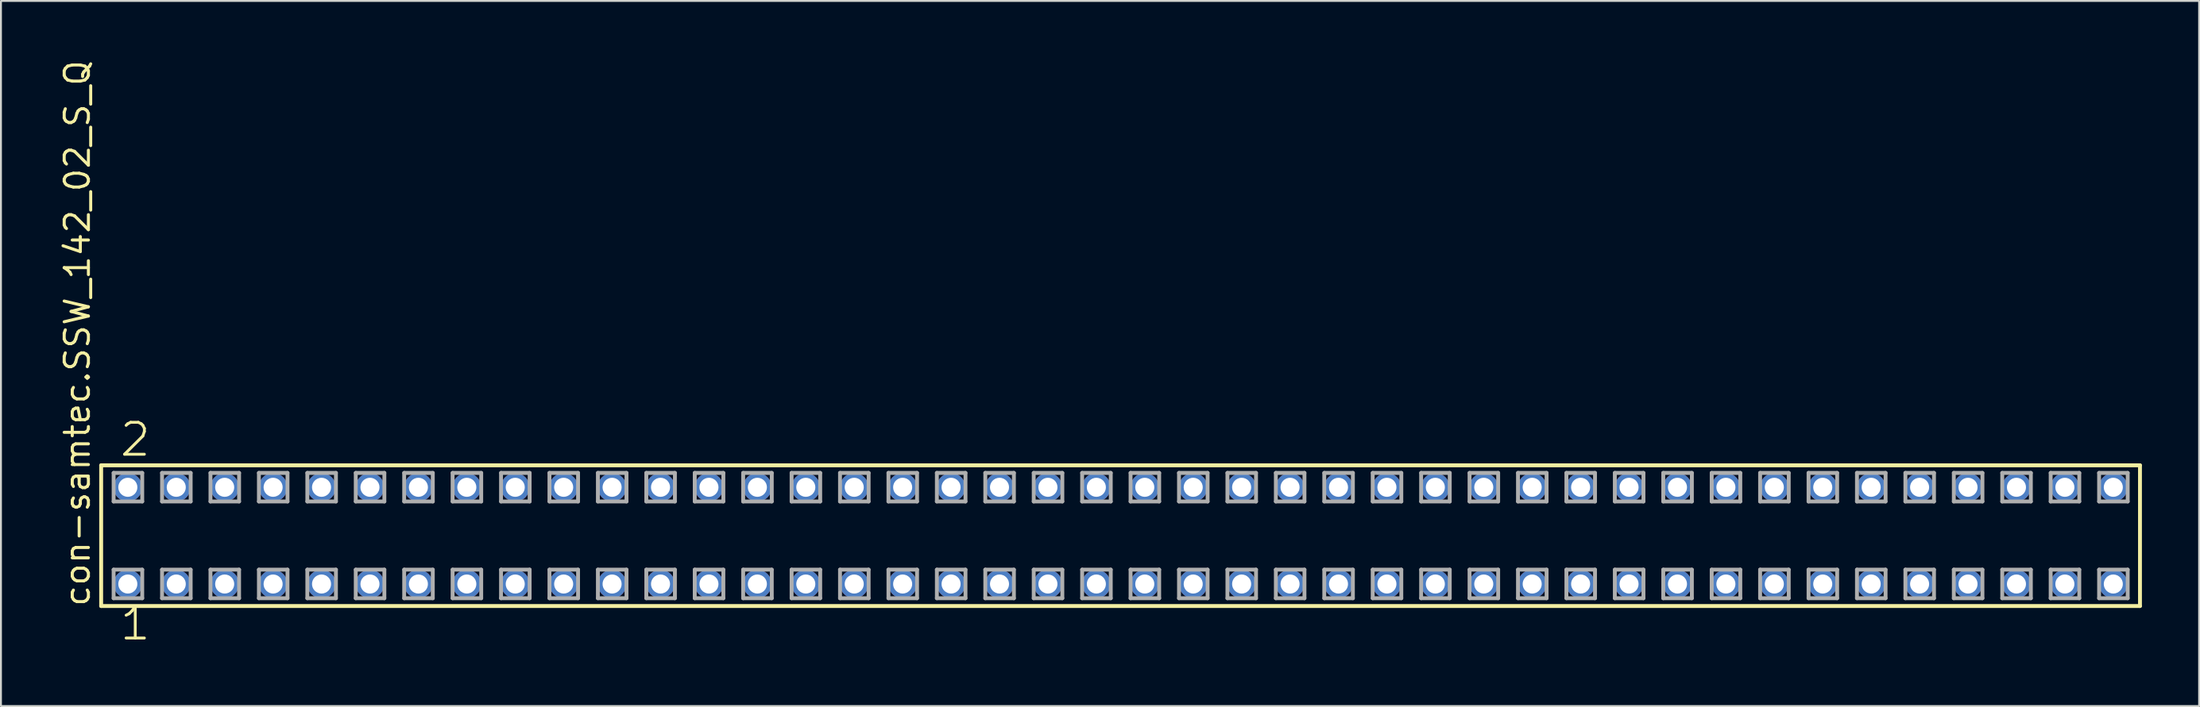
<source format=kicad_pcb>
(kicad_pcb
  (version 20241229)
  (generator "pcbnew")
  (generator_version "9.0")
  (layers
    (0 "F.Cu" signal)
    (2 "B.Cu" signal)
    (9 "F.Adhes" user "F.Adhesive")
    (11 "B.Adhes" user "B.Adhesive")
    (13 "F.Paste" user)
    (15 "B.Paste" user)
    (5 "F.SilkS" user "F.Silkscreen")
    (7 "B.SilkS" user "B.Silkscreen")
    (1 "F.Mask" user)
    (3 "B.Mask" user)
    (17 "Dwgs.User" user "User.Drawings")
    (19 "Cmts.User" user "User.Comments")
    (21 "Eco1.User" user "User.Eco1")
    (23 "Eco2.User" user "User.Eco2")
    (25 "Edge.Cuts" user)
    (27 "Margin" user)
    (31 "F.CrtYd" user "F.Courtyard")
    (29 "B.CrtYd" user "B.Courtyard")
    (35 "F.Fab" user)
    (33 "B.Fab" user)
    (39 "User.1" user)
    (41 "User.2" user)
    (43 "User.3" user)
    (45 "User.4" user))
  (footprint "con-samtec.SSW_142_02_S_Q"
    (layer "F.Cu")
    (at 55.725 25.082)
    (property "Reference" "con-samtec.SSW_142_02_S_Q" (at -53.975 3.81 90) (layer "F.SilkS") (effects (font (size 1.27 1.27) (thickness 0.16)) (justify left bottom)))
    (attr through_hole)
    (fp_line (start -53.469 -3.695) (end 53.469 -3.695) (stroke (width 0.203) (type default)) (layer "F.SilkS"))
    (fp_line (start -53.469 3.695) (end -53.469 -3.695) (stroke (width 0.203) (type default)) (layer "F.SilkS"))
    (fp_line (start 53.469 -3.695) (end 53.469 3.695) (stroke (width 0.203) (type default)) (layer "F.SilkS"))
    (fp_line (start 53.469 3.695) (end -53.469 3.695) (stroke (width 0.203) (type default)) (layer "F.SilkS"))
    (fp_line (start -52.815 -3.295) (end -51.315 -3.295) (stroke (width 0.203) (type default)) (layer "F.Fab"))
    (fp_line (start -52.815 -1.795) (end -52.815 -3.295) (stroke (width 0.203) (type default)) (layer "F.Fab"))
    (fp_line (start -52.815 1.785) (end -51.315 1.785) (stroke (width 0.203) (type default)) (layer "F.Fab"))
    (fp_line (start -52.815 3.285) (end -52.815 1.785) (stroke (width 0.203) (type default)) (layer "F.Fab"))
    (fp_line (start -51.315 -3.295) (end -51.315 -1.795) (stroke (width 0.203) (type default)) (layer "F.Fab"))
    (fp_line (start -51.315 -1.795) (end -52.815 -1.795) (stroke (width 0.203) (type default)) (layer "F.Fab"))
    (fp_line (start -51.315 1.785) (end -51.315 3.285) (stroke (width 0.203) (type default)) (layer "F.Fab"))
    (fp_line (start -51.315 3.285) (end -52.815 3.285) (stroke (width 0.203) (type default)) (layer "F.Fab"))
    (fp_line (start -50.275 -3.295) (end -48.775 -3.295) (stroke (width 0.203) (type default)) (layer "F.Fab"))
    (fp_line (start -50.275 -1.795) (end -50.275 -3.295) (stroke (width 0.203) (type default)) (layer "F.Fab"))
    (fp_line (start -50.275 1.785) (end -48.775 1.785) (stroke (width 0.203) (type default)) (layer "F.Fab"))
    (fp_line (start -50.275 3.285) (end -50.275 1.785) (stroke (width 0.203) (type default)) (layer "F.Fab"))
    (fp_line (start -48.775 -3.295) (end -48.775 -1.795) (stroke (width 0.203) (type default)) (layer "F.Fab"))
    (fp_line (start -48.775 -1.795) (end -50.275 -1.795) (stroke (width 0.203) (type default)) (layer "F.Fab"))
    (fp_line (start -48.775 1.785) (end -48.775 3.285) (stroke (width 0.203) (type default)) (layer "F.Fab"))
    (fp_line (start -48.775 3.285) (end -50.275 3.285) (stroke (width 0.203) (type default)) (layer "F.Fab"))
    (fp_line (start -47.735 -3.295) (end -46.235 -3.295) (stroke (width 0.203) (type default)) (layer "F.Fab"))
    (fp_line (start -47.735 -1.795) (end -47.735 -3.295) (stroke (width 0.203) (type default)) (layer "F.Fab"))
    (fp_line (start -47.735 1.785) (end -46.235 1.785) (stroke (width 0.203) (type default)) (layer "F.Fab"))
    (fp_line (start -47.735 3.285) (end -47.735 1.785) (stroke (width 0.203) (type default)) (layer "F.Fab"))
    (fp_line (start -46.235 -3.295) (end -46.235 -1.795) (stroke (width 0.203) (type default)) (layer "F.Fab"))
    (fp_line (start -46.235 -1.795) (end -47.735 -1.795) (stroke (width 0.203) (type default)) (layer "F.Fab"))
    (fp_line (start -46.235 1.785) (end -46.235 3.285) (stroke (width 0.203) (type default)) (layer "F.Fab"))
    (fp_line (start -46.235 3.285) (end -47.735 3.285) (stroke (width 0.203) (type default)) (layer "F.Fab"))
    (fp_line (start -45.195 -3.295) (end -43.695 -3.295) (stroke (width 0.203) (type default)) (layer "F.Fab"))
    (fp_line (start -45.195 -1.795) (end -45.195 -3.295) (stroke (width 0.203) (type default)) (layer "F.Fab"))
    (fp_line (start -45.195 1.785) (end -43.695 1.785) (stroke (width 0.203) (type default)) (layer "F.Fab"))
    (fp_line (start -45.195 3.285) (end -45.195 1.785) (stroke (width 0.203) (type default)) (layer "F.Fab"))
    (fp_line (start -43.695 -3.295) (end -43.695 -1.795) (stroke (width 0.203) (type default)) (layer "F.Fab"))
    (fp_line (start -43.695 -1.795) (end -45.195 -1.795) (stroke (width 0.203) (type default)) (layer "F.Fab"))
    (fp_line (start -43.695 1.785) (end -43.695 3.285) (stroke (width 0.203) (type default)) (layer "F.Fab"))
    (fp_line (start -43.695 3.285) (end -45.195 3.285) (stroke (width 0.203) (type default)) (layer "F.Fab"))
    (fp_line (start -42.655 -3.295) (end -41.155 -3.295) (stroke (width 0.203) (type default)) (layer "F.Fab"))
    (fp_line (start -42.655 -1.795) (end -42.655 -3.295) (stroke (width 0.203) (type default)) (layer "F.Fab"))
    (fp_line (start -42.655 1.785) (end -41.155 1.785) (stroke (width 0.203) (type default)) (layer "F.Fab"))
    (fp_line (start -42.655 3.285) (end -42.655 1.785) (stroke (width 0.203) (type default)) (layer "F.Fab"))
    (fp_line (start -41.155 -3.295) (end -41.155 -1.795) (stroke (width 0.203) (type default)) (layer "F.Fab"))
    (fp_line (start -41.155 -1.795) (end -42.655 -1.795) (stroke (width 0.203) (type default)) (layer "F.Fab"))
    (fp_line (start -41.155 1.785) (end -41.155 3.285) (stroke (width 0.203) (type default)) (layer "F.Fab"))
    (fp_line (start -41.155 3.285) (end -42.655 3.285) (stroke (width 0.203) (type default)) (layer "F.Fab"))
    (fp_line (start -40.115 -3.295) (end -38.615 -3.295) (stroke (width 0.203) (type default)) (layer "F.Fab"))
    (fp_line (start -40.115 -1.795) (end -40.115 -3.295) (stroke (width 0.203) (type default)) (layer "F.Fab"))
    (fp_line (start -40.115 1.785) (end -38.615 1.785) (stroke (width 0.203) (type default)) (layer "F.Fab"))
    (fp_line (start -40.115 3.285) (end -40.115 1.785) (stroke (width 0.203) (type default)) (layer "F.Fab"))
    (fp_line (start -38.615 -3.295) (end -38.615 -1.795) (stroke (width 0.203) (type default)) (layer "F.Fab"))
    (fp_line (start -38.615 -1.795) (end -40.115 -1.795) (stroke (width 0.203) (type default)) (layer "F.Fab"))
    (fp_line (start -38.615 1.785) (end -38.615 3.285) (stroke (width 0.203) (type default)) (layer "F.Fab"))
    (fp_line (start -38.615 3.285) (end -40.115 3.285) (stroke (width 0.203) (type default)) (layer "F.Fab"))
    (fp_line (start -37.575 -3.295) (end -36.075 -3.295) (stroke (width 0.203) (type default)) (layer "F.Fab"))
    (fp_line (start -37.575 -1.795) (end -37.575 -3.295) (stroke (width 0.203) (type default)) (layer "F.Fab"))
    (fp_line (start -37.575 1.785) (end -36.075 1.785) (stroke (width 0.203) (type default)) (layer "F.Fab"))
    (fp_line (start -37.575 3.285) (end -37.575 1.785) (stroke (width 0.203) (type default)) (layer "F.Fab"))
    (fp_line (start -36.075 -3.295) (end -36.075 -1.795) (stroke (width 0.203) (type default)) (layer "F.Fab"))
    (fp_line (start -36.075 -1.795) (end -37.575 -1.795) (stroke (width 0.203) (type default)) (layer "F.Fab"))
    (fp_line (start -36.075 1.785) (end -36.075 3.285) (stroke (width 0.203) (type default)) (layer "F.Fab"))
    (fp_line (start -36.075 3.285) (end -37.575 3.285) (stroke (width 0.203) (type default)) (layer "F.Fab"))
    (fp_line (start -35.035 -3.295) (end -33.535 -3.295) (stroke (width 0.203) (type default)) (layer "F.Fab"))
    (fp_line (start -35.035 -1.795) (end -35.035 -3.295) (stroke (width 0.203) (type default)) (layer "F.Fab"))
    (fp_line (start -35.035 1.785) (end -33.535 1.785) (stroke (width 0.203) (type default)) (layer "F.Fab"))
    (fp_line (start -35.035 3.285) (end -35.035 1.785) (stroke (width 0.203) (type default)) (layer "F.Fab"))
    (fp_line (start -33.535 -3.295) (end -33.535 -1.795) (stroke (width 0.203) (type default)) (layer "F.Fab"))
    (fp_line (start -33.535 -1.795) (end -35.035 -1.795) (stroke (width 0.203) (type default)) (layer "F.Fab"))
    (fp_line (start -33.535 1.785) (end -33.535 3.285) (stroke (width 0.203) (type default)) (layer "F.Fab"))
    (fp_line (start -33.535 3.285) (end -35.035 3.285) (stroke (width 0.203) (type default)) (layer "F.Fab"))
    (fp_line (start -32.495 -3.295) (end -30.995 -3.295) (stroke (width 0.203) (type default)) (layer "F.Fab"))
    (fp_line (start -32.495 -1.795) (end -32.495 -3.295) (stroke (width 0.203) (type default)) (layer "F.Fab"))
    (fp_line (start -32.495 1.785) (end -30.995 1.785) (stroke (width 0.203) (type default)) (layer "F.Fab"))
    (fp_line (start -32.495 3.285) (end -32.495 1.785) (stroke (width 0.203) (type default)) (layer "F.Fab"))
    (fp_line (start -30.995 -3.295) (end -30.995 -1.795) (stroke (width 0.203) (type default)) (layer "F.Fab"))
    (fp_line (start -30.995 -1.795) (end -32.495 -1.795) (stroke (width 0.203) (type default)) (layer "F.Fab"))
    (fp_line (start -30.995 1.785) (end -30.995 3.285) (stroke (width 0.203) (type default)) (layer "F.Fab"))
    (fp_line (start -30.995 3.285) (end -32.495 3.285) (stroke (width 0.203) (type default)) (layer "F.Fab"))
    (fp_line (start -29.955 -3.295) (end -28.455 -3.295) (stroke (width 0.203) (type default)) (layer "F.Fab"))
    (fp_line (start -29.955 -1.795) (end -29.955 -3.295) (stroke (width 0.203) (type default)) (layer "F.Fab"))
    (fp_line (start -29.955 1.785) (end -28.455 1.785) (stroke (width 0.203) (type default)) (layer "F.Fab"))
    (fp_line (start -29.955 3.285) (end -29.955 1.785) (stroke (width 0.203) (type default)) (layer "F.Fab"))
    (fp_line (start -28.455 -3.295) (end -28.455 -1.795) (stroke (width 0.203) (type default)) (layer "F.Fab"))
    (fp_line (start -28.455 -1.795) (end -29.955 -1.795) (stroke (width 0.203) (type default)) (layer "F.Fab"))
    (fp_line (start -28.455 1.785) (end -28.455 3.285) (stroke (width 0.203) (type default)) (layer "F.Fab"))
    (fp_line (start -28.455 3.285) (end -29.955 3.285) (stroke (width 0.203) (type default)) (layer "F.Fab"))
    (fp_line (start -27.415 -3.295) (end -25.915 -3.295) (stroke (width 0.203) (type default)) (layer "F.Fab"))
    (fp_line (start -27.415 -1.795) (end -27.415 -3.295) (stroke (width 0.203) (type default)) (layer "F.Fab"))
    (fp_line (start -27.415 1.785) (end -25.915 1.785) (stroke (width 0.203) (type default)) (layer "F.Fab"))
    (fp_line (start -27.415 3.285) (end -27.415 1.785) (stroke (width 0.203) (type default)) (layer "F.Fab"))
    (fp_line (start -25.915 -3.295) (end -25.915 -1.795) (stroke (width 0.203) (type default)) (layer "F.Fab"))
    (fp_line (start -25.915 -1.795) (end -27.415 -1.795) (stroke (width 0.203) (type default)) (layer "F.Fab"))
    (fp_line (start -25.915 1.785) (end -25.915 3.285) (stroke (width 0.203) (type default)) (layer "F.Fab"))
    (fp_line (start -25.915 3.285) (end -27.415 3.285) (stroke (width 0.203) (type default)) (layer "F.Fab"))
    (fp_line (start -24.875 -3.295) (end -23.375 -3.295) (stroke (width 0.203) (type default)) (layer "F.Fab"))
    (fp_line (start -24.875 -1.795) (end -24.875 -3.295) (stroke (width 0.203) (type default)) (layer "F.Fab"))
    (fp_line (start -24.875 1.785) (end -23.375 1.785) (stroke (width 0.203) (type default)) (layer "F.Fab"))
    (fp_line (start -24.875 3.285) (end -24.875 1.785) (stroke (width 0.203) (type default)) (layer "F.Fab"))
    (fp_line (start -23.375 -3.295) (end -23.375 -1.795) (stroke (width 0.203) (type default)) (layer "F.Fab"))
    (fp_line (start -23.375 -1.795) (end -24.875 -1.795) (stroke (width 0.203) (type default)) (layer "F.Fab"))
    (fp_line (start -23.375 1.785) (end -23.375 3.285) (stroke (width 0.203) (type default)) (layer "F.Fab"))
    (fp_line (start -23.375 3.285) (end -24.875 3.285) (stroke (width 0.203) (type default)) (layer "F.Fab"))
    (fp_line (start -22.335 -3.295) (end -20.835 -3.295) (stroke (width 0.203) (type default)) (layer "F.Fab"))
    (fp_line (start -22.335 -1.795) (end -22.335 -3.295) (stroke (width 0.203) (type default)) (layer "F.Fab"))
    (fp_line (start -22.335 1.785) (end -20.835 1.785) (stroke (width 0.203) (type default)) (layer "F.Fab"))
    (fp_line (start -22.335 3.285) (end -22.335 1.785) (stroke (width 0.203) (type default)) (layer "F.Fab"))
    (fp_line (start -20.835 -3.295) (end -20.835 -1.795) (stroke (width 0.203) (type default)) (layer "F.Fab"))
    (fp_line (start -20.835 -1.795) (end -22.335 -1.795) (stroke (width 0.203) (type default)) (layer "F.Fab"))
    (fp_line (start -20.835 1.785) (end -20.835 3.285) (stroke (width 0.203) (type default)) (layer "F.Fab"))
    (fp_line (start -20.835 3.285) (end -22.335 3.285) (stroke (width 0.203) (type default)) (layer "F.Fab"))
    (fp_line (start -19.795 -3.295) (end -18.295 -3.295) (stroke (width 0.203) (type default)) (layer "F.Fab"))
    (fp_line (start -19.795 -1.795) (end -19.795 -3.295) (stroke (width 0.203) (type default)) (layer "F.Fab"))
    (fp_line (start -19.795 1.785) (end -18.295 1.785) (stroke (width 0.203) (type default)) (layer "F.Fab"))
    (fp_line (start -19.795 3.285) (end -19.795 1.785) (stroke (width 0.203) (type default)) (layer "F.Fab"))
    (fp_line (start -18.295 -3.295) (end -18.295 -1.795) (stroke (width 0.203) (type default)) (layer "F.Fab"))
    (fp_line (start -18.295 -1.795) (end -19.795 -1.795) (stroke (width 0.203) (type default)) (layer "F.Fab"))
    (fp_line (start -18.295 1.785) (end -18.295 3.285) (stroke (width 0.203) (type default)) (layer "F.Fab"))
    (fp_line (start -18.295 3.285) (end -19.795 3.285) (stroke (width 0.203) (type default)) (layer "F.Fab"))
    (fp_line (start -17.255 -3.295) (end -15.755 -3.295) (stroke (width 0.203) (type default)) (layer "F.Fab"))
    (fp_line (start -17.255 -1.795) (end -17.255 -3.295) (stroke (width 0.203) (type default)) (layer "F.Fab"))
    (fp_line (start -17.255 1.785) (end -15.755 1.785) (stroke (width 0.203) (type default)) (layer "F.Fab"))
    (fp_line (start -17.255 3.285) (end -17.255 1.785) (stroke (width 0.203) (type default)) (layer "F.Fab"))
    (fp_line (start -15.755 -3.295) (end -15.755 -1.795) (stroke (width 0.203) (type default)) (layer "F.Fab"))
    (fp_line (start -15.755 -1.795) (end -17.255 -1.795) (stroke (width 0.203) (type default)) (layer "F.Fab"))
    (fp_line (start -15.755 1.785) (end -15.755 3.285) (stroke (width 0.203) (type default)) (layer "F.Fab"))
    (fp_line (start -15.755 3.285) (end -17.255 3.285) (stroke (width 0.203) (type default)) (layer "F.Fab"))
    (fp_line (start -14.715 -3.295) (end -13.215 -3.295) (stroke (width 0.203) (type default)) (layer "F.Fab"))
    (fp_line (start -14.715 -1.795) (end -14.715 -3.295) (stroke (width 0.203) (type default)) (layer "F.Fab"))
    (fp_line (start -14.715 1.785) (end -13.215 1.785) (stroke (width 0.203) (type default)) (layer "F.Fab"))
    (fp_line (start -14.715 3.285) (end -14.715 1.785) (stroke (width 0.203) (type default)) (layer "F.Fab"))
    (fp_line (start -13.215 -3.295) (end -13.215 -1.795) (stroke (width 0.203) (type default)) (layer "F.Fab"))
    (fp_line (start -13.215 -1.795) (end -14.715 -1.795) (stroke (width 0.203) (type default)) (layer "F.Fab"))
    (fp_line (start -13.215 1.785) (end -13.215 3.285) (stroke (width 0.203) (type default)) (layer "F.Fab"))
    (fp_line (start -13.215 3.285) (end -14.715 3.285) (stroke (width 0.203) (type default)) (layer "F.Fab"))
    (fp_line (start -12.175 -3.295) (end -10.675 -3.295) (stroke (width 0.203) (type default)) (layer "F.Fab"))
    (fp_line (start -12.175 -1.795) (end -12.175 -3.295) (stroke (width 0.203) (type default)) (layer "F.Fab"))
    (fp_line (start -12.175 1.785) (end -10.675 1.785) (stroke (width 0.203) (type default)) (layer "F.Fab"))
    (fp_line (start -12.175 3.285) (end -12.175 1.785) (stroke (width 0.203) (type default)) (layer "F.Fab"))
    (fp_line (start -10.675 -3.295) (end -10.675 -1.795) (stroke (width 0.203) (type default)) (layer "F.Fab"))
    (fp_line (start -10.675 -1.795) (end -12.175 -1.795) (stroke (width 0.203) (type default)) (layer "F.Fab"))
    (fp_line (start -10.675 1.785) (end -10.675 3.285) (stroke (width 0.203) (type default)) (layer "F.Fab"))
    (fp_line (start -10.675 3.285) (end -12.175 3.285) (stroke (width 0.203) (type default)) (layer "F.Fab"))
    (fp_line (start -9.635 -3.295) (end -8.135 -3.295) (stroke (width 0.203) (type default)) (layer "F.Fab"))
    (fp_line (start -9.635 -1.795) (end -9.635 -3.295) (stroke (width 0.203) (type default)) (layer "F.Fab"))
    (fp_line (start -9.635 1.785) (end -8.135 1.785) (stroke (width 0.203) (type default)) (layer "F.Fab"))
    (fp_line (start -9.635 3.285) (end -9.635 1.785) (stroke (width 0.203) (type default)) (layer "F.Fab"))
    (fp_line (start -8.135 -3.295) (end -8.135 -1.795) (stroke (width 0.203) (type default)) (layer "F.Fab"))
    (fp_line (start -8.135 -1.795) (end -9.635 -1.795) (stroke (width 0.203) (type default)) (layer "F.Fab"))
    (fp_line (start -8.135 1.785) (end -8.135 3.285) (stroke (width 0.203) (type default)) (layer "F.Fab"))
    (fp_line (start -8.135 3.285) (end -9.635 3.285) (stroke (width 0.203) (type default)) (layer "F.Fab"))
    (fp_line (start -7.095 -3.295) (end -5.595 -3.295) (stroke (width 0.203) (type default)) (layer "F.Fab"))
    (fp_line (start -7.095 -1.795) (end -7.095 -3.295) (stroke (width 0.203) (type default)) (layer "F.Fab"))
    (fp_line (start -7.095 1.785) (end -5.595 1.785) (stroke (width 0.203) (type default)) (layer "F.Fab"))
    (fp_line (start -7.095 3.285) (end -7.095 1.785) (stroke (width 0.203) (type default)) (layer "F.Fab"))
    (fp_line (start -5.595 -3.295) (end -5.595 -1.795) (stroke (width 0.203) (type default)) (layer "F.Fab"))
    (fp_line (start -5.595 -1.795) (end -7.095 -1.795) (stroke (width 0.203) (type default)) (layer "F.Fab"))
    (fp_line (start -5.595 1.785) (end -5.595 3.285) (stroke (width 0.203) (type default)) (layer "F.Fab"))
    (fp_line (start -5.595 3.285) (end -7.095 3.285) (stroke (width 0.203) (type default)) (layer "F.Fab"))
    (fp_line (start -4.555 -3.295) (end -3.055 -3.295) (stroke (width 0.203) (type default)) (layer "F.Fab"))
    (fp_line (start -4.555 -1.795) (end -4.555 -3.295) (stroke (width 0.203) (type default)) (layer "F.Fab"))
    (fp_line (start -4.555 1.785) (end -3.055 1.785) (stroke (width 0.203) (type default)) (layer "F.Fab"))
    (fp_line (start -4.555 3.285) (end -4.555 1.785) (stroke (width 0.203) (type default)) (layer "F.Fab"))
    (fp_line (start -3.055 -3.295) (end -3.055 -1.795) (stroke (width 0.203) (type default)) (layer "F.Fab"))
    (fp_line (start -3.055 -1.795) (end -4.555 -1.795) (stroke (width 0.203) (type default)) (layer "F.Fab"))
    (fp_line (start -3.055 1.785) (end -3.055 3.285) (stroke (width 0.203) (type default)) (layer "F.Fab"))
    (fp_line (start -3.055 3.285) (end -4.555 3.285) (stroke (width 0.203) (type default)) (layer "F.Fab"))
    (fp_line (start -2.015 -3.295) (end -0.515 -3.295) (stroke (width 0.203) (type default)) (layer "F.Fab"))
    (fp_line (start -2.015 -1.795) (end -2.015 -3.295) (stroke (width 0.203) (type default)) (layer "F.Fab"))
    (fp_line (start -2.015 1.785) (end -0.515 1.785) (stroke (width 0.203) (type default)) (layer "F.Fab"))
    (fp_line (start -2.015 3.285) (end -2.015 1.785) (stroke (width 0.203) (type default)) (layer "F.Fab"))
    (fp_line (start -0.515 -3.295) (end -0.515 -1.795) (stroke (width 0.203) (type default)) (layer "F.Fab"))
    (fp_line (start -0.515 -1.795) (end -2.015 -1.795) (stroke (width 0.203) (type default)) (layer "F.Fab"))
    (fp_line (start -0.515 1.785) (end -0.515 3.285) (stroke (width 0.203) (type default)) (layer "F.Fab"))
    (fp_line (start -0.515 3.285) (end -2.015 3.285) (stroke (width 0.203) (type default)) (layer "F.Fab"))
    (fp_line (start 0.525 -3.295) (end 2.025 -3.295) (stroke (width 0.203) (type default)) (layer "F.Fab"))
    (fp_line (start 0.525 -1.795) (end 0.525 -3.295) (stroke (width 0.203) (type default)) (layer "F.Fab"))
    (fp_line (start 0.525 1.785) (end 2.025 1.785) (stroke (width 0.203) (type default)) (layer "F.Fab"))
    (fp_line (start 0.525 3.285) (end 0.525 1.785) (stroke (width 0.203) (type default)) (layer "F.Fab"))
    (fp_line (start 2.025 -3.295) (end 2.025 -1.795) (stroke (width 0.203) (type default)) (layer "F.Fab"))
    (fp_line (start 2.025 -1.795) (end 0.525 -1.795) (stroke (width 0.203) (type default)) (layer "F.Fab"))
    (fp_line (start 2.025 1.785) (end 2.025 3.285) (stroke (width 0.203) (type default)) (layer "F.Fab"))
    (fp_line (start 2.025 3.285) (end 0.525 3.285) (stroke (width 0.203) (type default)) (layer "F.Fab"))
    (fp_line (start 3.065 -3.295) (end 4.565 -3.295) (stroke (width 0.203) (type default)) (layer "F.Fab"))
    (fp_line (start 3.065 -1.795) (end 3.065 -3.295) (stroke (width 0.203) (type default)) (layer "F.Fab"))
    (fp_line (start 3.065 1.785) (end 4.565 1.785) (stroke (width 0.203) (type default)) (layer "F.Fab"))
    (fp_line (start 3.065 3.285) (end 3.065 1.785) (stroke (width 0.203) (type default)) (layer "F.Fab"))
    (fp_line (start 4.565 -3.295) (end 4.565 -1.795) (stroke (width 0.203) (type default)) (layer "F.Fab"))
    (fp_line (start 4.565 -1.795) (end 3.065 -1.795) (stroke (width 0.203) (type default)) (layer "F.Fab"))
    (fp_line (start 4.565 1.785) (end 4.565 3.285) (stroke (width 0.203) (type default)) (layer "F.Fab"))
    (fp_line (start 4.565 3.285) (end 3.065 3.285) (stroke (width 0.203) (type default)) (layer "F.Fab"))
    (fp_line (start 5.605 -3.295) (end 7.105 -3.295) (stroke (width 0.203) (type default)) (layer "F.Fab"))
    (fp_line (start 5.605 -1.795) (end 5.605 -3.295) (stroke (width 0.203) (type default)) (layer "F.Fab"))
    (fp_line (start 5.605 1.785) (end 7.105 1.785) (stroke (width 0.203) (type default)) (layer "F.Fab"))
    (fp_line (start 5.605 3.285) (end 5.605 1.785) (stroke (width 0.203) (type default)) (layer "F.Fab"))
    (fp_line (start 7.105 -3.295) (end 7.105 -1.795) (stroke (width 0.203) (type default)) (layer "F.Fab"))
    (fp_line (start 7.105 -1.795) (end 5.605 -1.795) (stroke (width 0.203) (type default)) (layer "F.Fab"))
    (fp_line (start 7.105 1.785) (end 7.105 3.285) (stroke (width 0.203) (type default)) (layer "F.Fab"))
    (fp_line (start 7.105 3.285) (end 5.605 3.285) (stroke (width 0.203) (type default)) (layer "F.Fab"))
    (fp_line (start 8.145 -3.295) (end 9.645 -3.295) (stroke (width 0.203) (type default)) (layer "F.Fab"))
    (fp_line (start 8.145 -1.795) (end 8.145 -3.295) (stroke (width 0.203) (type default)) (layer "F.Fab"))
    (fp_line (start 8.145 1.785) (end 9.645 1.785) (stroke (width 0.203) (type default)) (layer "F.Fab"))
    (fp_line (start 8.145 3.285) (end 8.145 1.785) (stroke (width 0.203) (type default)) (layer "F.Fab"))
    (fp_line (start 9.645 -3.295) (end 9.645 -1.795) (stroke (width 0.203) (type default)) (layer "F.Fab"))
    (fp_line (start 9.645 -1.795) (end 8.145 -1.795) (stroke (width 0.203) (type default)) (layer "F.Fab"))
    (fp_line (start 9.645 1.785) (end 9.645 3.285) (stroke (width 0.203) (type default)) (layer "F.Fab"))
    (fp_line (start 9.645 3.285) (end 8.145 3.285) (stroke (width 0.203) (type default)) (layer "F.Fab"))
    (fp_line (start 10.685 -3.295) (end 12.185 -3.295) (stroke (width 0.203) (type default)) (layer "F.Fab"))
    (fp_line (start 10.685 -1.795) (end 10.685 -3.295) (stroke (width 0.203) (type default)) (layer "F.Fab"))
    (fp_line (start 10.685 1.785) (end 12.185 1.785) (stroke (width 0.203) (type default)) (layer "F.Fab"))
    (fp_line (start 10.685 3.285) (end 10.685 1.785) (stroke (width 0.203) (type default)) (layer "F.Fab"))
    (fp_line (start 12.185 -3.295) (end 12.185 -1.795) (stroke (width 0.203) (type default)) (layer "F.Fab"))
    (fp_line (start 12.185 -1.795) (end 10.685 -1.795) (stroke (width 0.203) (type default)) (layer "F.Fab"))
    (fp_line (start 12.185 1.785) (end 12.185 3.285) (stroke (width 0.203) (type default)) (layer "F.Fab"))
    (fp_line (start 12.185 3.285) (end 10.685 3.285) (stroke (width 0.203) (type default)) (layer "F.Fab"))
    (fp_line (start 13.225 -3.295) (end 14.725 -3.295) (stroke (width 0.203) (type default)) (layer "F.Fab"))
    (fp_line (start 13.225 -1.795) (end 13.225 -3.295) (stroke (width 0.203) (type default)) (layer "F.Fab"))
    (fp_line (start 13.225 1.785) (end 14.725 1.785) (stroke (width 0.203) (type default)) (layer "F.Fab"))
    (fp_line (start 13.225 3.285) (end 13.225 1.785) (stroke (width 0.203) (type default)) (layer "F.Fab"))
    (fp_line (start 14.725 -3.295) (end 14.725 -1.795) (stroke (width 0.203) (type default)) (layer "F.Fab"))
    (fp_line (start 14.725 -1.795) (end 13.225 -1.795) (stroke (width 0.203) (type default)) (layer "F.Fab"))
    (fp_line (start 14.725 1.785) (end 14.725 3.285) (stroke (width 0.203) (type default)) (layer "F.Fab"))
    (fp_line (start 14.725 3.285) (end 13.225 3.285) (stroke (width 0.203) (type default)) (layer "F.Fab"))
    (fp_line (start 15.765 -3.295) (end 17.265 -3.295) (stroke (width 0.203) (type default)) (layer "F.Fab"))
    (fp_line (start 15.765 -1.795) (end 15.765 -3.295) (stroke (width 0.203) (type default)) (layer "F.Fab"))
    (fp_line (start 15.765 1.785) (end 17.265 1.785) (stroke (width 0.203) (type default)) (layer "F.Fab"))
    (fp_line (start 15.765 3.285) (end 15.765 1.785) (stroke (width 0.203) (type default)) (layer "F.Fab"))
    (fp_line (start 17.265 -3.295) (end 17.265 -1.795) (stroke (width 0.203) (type default)) (layer "F.Fab"))
    (fp_line (start 17.265 -1.795) (end 15.765 -1.795) (stroke (width 0.203) (type default)) (layer "F.Fab"))
    (fp_line (start 17.265 1.785) (end 17.265 3.285) (stroke (width 0.203) (type default)) (layer "F.Fab"))
    (fp_line (start 17.265 3.285) (end 15.765 3.285) (stroke (width 0.203) (type default)) (layer "F.Fab"))
    (fp_line (start 18.305 -3.295) (end 19.805 -3.295) (stroke (width 0.203) (type default)) (layer "F.Fab"))
    (fp_line (start 18.305 -1.795) (end 18.305 -3.295) (stroke (width 0.203) (type default)) (layer "F.Fab"))
    (fp_line (start 18.305 1.785) (end 19.805 1.785) (stroke (width 0.203) (type default)) (layer "F.Fab"))
    (fp_line (start 18.305 3.285) (end 18.305 1.785) (stroke (width 0.203) (type default)) (layer "F.Fab"))
    (fp_line (start 19.805 -3.295) (end 19.805 -1.795) (stroke (width 0.203) (type default)) (layer "F.Fab"))
    (fp_line (start 19.805 -1.795) (end 18.305 -1.795) (stroke (width 0.203) (type default)) (layer "F.Fab"))
    (fp_line (start 19.805 1.785) (end 19.805 3.285) (stroke (width 0.203) (type default)) (layer "F.Fab"))
    (fp_line (start 19.805 3.285) (end 18.305 3.285) (stroke (width 0.203) (type default)) (layer "F.Fab"))
    (fp_line (start 20.845 -3.295) (end 22.345 -3.295) (stroke (width 0.203) (type default)) (layer "F.Fab"))
    (fp_line (start 20.845 -1.795) (end 20.845 -3.295) (stroke (width 0.203) (type default)) (layer "F.Fab"))
    (fp_line (start 20.845 1.785) (end 22.345 1.785) (stroke (width 0.203) (type default)) (layer "F.Fab"))
    (fp_line (start 20.845 3.285) (end 20.845 1.785) (stroke (width 0.203) (type default)) (layer "F.Fab"))
    (fp_line (start 22.345 -3.295) (end 22.345 -1.795) (stroke (width 0.203) (type default)) (layer "F.Fab"))
    (fp_line (start 22.345 -1.795) (end 20.845 -1.795) (stroke (width 0.203) (type default)) (layer "F.Fab"))
    (fp_line (start 22.345 1.785) (end 22.345 3.285) (stroke (width 0.203) (type default)) (layer "F.Fab"))
    (fp_line (start 22.345 3.285) (end 20.845 3.285) (stroke (width 0.203) (type default)) (layer "F.Fab"))
    (fp_line (start 23.385 -3.295) (end 24.885 -3.295) (stroke (width 0.203) (type default)) (layer "F.Fab"))
    (fp_line (start 23.385 -1.795) (end 23.385 -3.295) (stroke (width 0.203) (type default)) (layer "F.Fab"))
    (fp_line (start 23.385 1.785) (end 24.885 1.785) (stroke (width 0.203) (type default)) (layer "F.Fab"))
    (fp_line (start 23.385 3.285) (end 23.385 1.785) (stroke (width 0.203) (type default)) (layer "F.Fab"))
    (fp_line (start 24.885 -3.295) (end 24.885 -1.795) (stroke (width 0.203) (type default)) (layer "F.Fab"))
    (fp_line (start 24.885 -1.795) (end 23.385 -1.795) (stroke (width 0.203) (type default)) (layer "F.Fab"))
    (fp_line (start 24.885 1.785) (end 24.885 3.285) (stroke (width 0.203) (type default)) (layer "F.Fab"))
    (fp_line (start 24.885 3.285) (end 23.385 3.285) (stroke (width 0.203) (type default)) (layer "F.Fab"))
    (fp_line (start 25.925 -3.295) (end 27.425 -3.295) (stroke (width 0.203) (type default)) (layer "F.Fab"))
    (fp_line (start 25.925 -1.795) (end 25.925 -3.295) (stroke (width 0.203) (type default)) (layer "F.Fab"))
    (fp_line (start 25.925 1.785) (end 27.425 1.785) (stroke (width 0.203) (type default)) (layer "F.Fab"))
    (fp_line (start 25.925 3.285) (end 25.925 1.785) (stroke (width 0.203) (type default)) (layer "F.Fab"))
    (fp_line (start 27.425 -3.295) (end 27.425 -1.795) (stroke (width 0.203) (type default)) (layer "F.Fab"))
    (fp_line (start 27.425 -1.795) (end 25.925 -1.795) (stroke (width 0.203) (type default)) (layer "F.Fab"))
    (fp_line (start 27.425 1.785) (end 27.425 3.285) (stroke (width 0.203) (type default)) (layer "F.Fab"))
    (fp_line (start 27.425 3.285) (end 25.925 3.285) (stroke (width 0.203) (type default)) (layer "F.Fab"))
    (fp_line (start 28.465 -3.295) (end 29.965 -3.295) (stroke (width 0.203) (type default)) (layer "F.Fab"))
    (fp_line (start 28.465 -1.795) (end 28.465 -3.295) (stroke (width 0.203) (type default)) (layer "F.Fab"))
    (fp_line (start 28.465 1.785) (end 29.965 1.785) (stroke (width 0.203) (type default)) (layer "F.Fab"))
    (fp_line (start 28.465 3.285) (end 28.465 1.785) (stroke (width 0.203) (type default)) (layer "F.Fab"))
    (fp_line (start 29.965 -3.295) (end 29.965 -1.795) (stroke (width 0.203) (type default)) (layer "F.Fab"))
    (fp_line (start 29.965 -1.795) (end 28.465 -1.795) (stroke (width 0.203) (type default)) (layer "F.Fab"))
    (fp_line (start 29.965 1.785) (end 29.965 3.285) (stroke (width 0.203) (type default)) (layer "F.Fab"))
    (fp_line (start 29.965 3.285) (end 28.465 3.285) (stroke (width 0.203) (type default)) (layer "F.Fab"))
    (fp_line (start 31.005 -3.295) (end 32.505 -3.295) (stroke (width 0.203) (type default)) (layer "F.Fab"))
    (fp_line (start 31.005 -1.795) (end 31.005 -3.295) (stroke (width 0.203) (type default)) (layer "F.Fab"))
    (fp_line (start 31.005 1.785) (end 32.505 1.785) (stroke (width 0.203) (type default)) (layer "F.Fab"))
    (fp_line (start 31.005 3.285) (end 31.005 1.785) (stroke (width 0.203) (type default)) (layer "F.Fab"))
    (fp_line (start 32.505 -3.295) (end 32.505 -1.795) (stroke (width 0.203) (type default)) (layer "F.Fab"))
    (fp_line (start 32.505 -1.795) (end 31.005 -1.795) (stroke (width 0.203) (type default)) (layer "F.Fab"))
    (fp_line (start 32.505 1.785) (end 32.505 3.285) (stroke (width 0.203) (type default)) (layer "F.Fab"))
    (fp_line (start 32.505 3.285) (end 31.005 3.285) (stroke (width 0.203) (type default)) (layer "F.Fab"))
    (fp_line (start 33.545 -3.295) (end 35.045 -3.295) (stroke (width 0.203) (type default)) (layer "F.Fab"))
    (fp_line (start 33.545 -1.795) (end 33.545 -3.295) (stroke (width 0.203) (type default)) (layer "F.Fab"))
    (fp_line (start 33.545 1.785) (end 35.045 1.785) (stroke (width 0.203) (type default)) (layer "F.Fab"))
    (fp_line (start 33.545 3.285) (end 33.545 1.785) (stroke (width 0.203) (type default)) (layer "F.Fab"))
    (fp_line (start 35.045 -3.295) (end 35.045 -1.795) (stroke (width 0.203) (type default)) (layer "F.Fab"))
    (fp_line (start 35.045 -1.795) (end 33.545 -1.795) (stroke (width 0.203) (type default)) (layer "F.Fab"))
    (fp_line (start 35.045 1.785) (end 35.045 3.285) (stroke (width 0.203) (type default)) (layer "F.Fab"))
    (fp_line (start 35.045 3.285) (end 33.545 3.285) (stroke (width 0.203) (type default)) (layer "F.Fab"))
    (fp_line (start 36.085 -3.295) (end 37.585 -3.295) (stroke (width 0.203) (type default)) (layer "F.Fab"))
    (fp_line (start 36.085 -1.795) (end 36.085 -3.295) (stroke (width 0.203) (type default)) (layer "F.Fab"))
    (fp_line (start 36.085 1.785) (end 37.585 1.785) (stroke (width 0.203) (type default)) (layer "F.Fab"))
    (fp_line (start 36.085 3.285) (end 36.085 1.785) (stroke (width 0.203) (type default)) (layer "F.Fab"))
    (fp_line (start 37.585 -3.295) (end 37.585 -1.795) (stroke (width 0.203) (type default)) (layer "F.Fab"))
    (fp_line (start 37.585 -1.795) (end 36.085 -1.795) (stroke (width 0.203) (type default)) (layer "F.Fab"))
    (fp_line (start 37.585 1.785) (end 37.585 3.285) (stroke (width 0.203) (type default)) (layer "F.Fab"))
    (fp_line (start 37.585 3.285) (end 36.085 3.285) (stroke (width 0.203) (type default)) (layer "F.Fab"))
    (fp_line (start 38.625 -3.295) (end 40.125 -3.295) (stroke (width 0.203) (type default)) (layer "F.Fab"))
    (fp_line (start 38.625 -1.795) (end 38.625 -3.295) (stroke (width 0.203) (type default)) (layer "F.Fab"))
    (fp_line (start 38.625 1.785) (end 40.125 1.785) (stroke (width 0.203) (type default)) (layer "F.Fab"))
    (fp_line (start 38.625 3.285) (end 38.625 1.785) (stroke (width 0.203) (type default)) (layer "F.Fab"))
    (fp_line (start 40.125 -3.295) (end 40.125 -1.795) (stroke (width 0.203) (type default)) (layer "F.Fab"))
    (fp_line (start 40.125 -1.795) (end 38.625 -1.795) (stroke (width 0.203) (type default)) (layer "F.Fab"))
    (fp_line (start 40.125 1.785) (end 40.125 3.285) (stroke (width 0.203) (type default)) (layer "F.Fab"))
    (fp_line (start 40.125 3.285) (end 38.625 3.285) (stroke (width 0.203) (type default)) (layer "F.Fab"))
    (fp_line (start 41.165 -3.295) (end 42.665 -3.295) (stroke (width 0.203) (type default)) (layer "F.Fab"))
    (fp_line (start 41.165 -1.795) (end 41.165 -3.295) (stroke (width 0.203) (type default)) (layer "F.Fab"))
    (fp_line (start 41.165 1.785) (end 42.665 1.785) (stroke (width 0.203) (type default)) (layer "F.Fab"))
    (fp_line (start 41.165 3.285) (end 41.165 1.785) (stroke (width 0.203) (type default)) (layer "F.Fab"))
    (fp_line (start 42.665 -3.295) (end 42.665 -1.795) (stroke (width 0.203) (type default)) (layer "F.Fab"))
    (fp_line (start 42.665 -1.795) (end 41.165 -1.795) (stroke (width 0.203) (type default)) (layer "F.Fab"))
    (fp_line (start 42.665 1.785) (end 42.665 3.285) (stroke (width 0.203) (type default)) (layer "F.Fab"))
    (fp_line (start 42.665 3.285) (end 41.165 3.285) (stroke (width 0.203) (type default)) (layer "F.Fab"))
    (fp_line (start 43.705 -3.295) (end 45.205 -3.295) (stroke (width 0.203) (type default)) (layer "F.Fab"))
    (fp_line (start 43.705 -1.795) (end 43.705 -3.295) (stroke (width 0.203) (type default)) (layer "F.Fab"))
    (fp_line (start 43.705 1.785) (end 45.205 1.785) (stroke (width 0.203) (type default)) (layer "F.Fab"))
    (fp_line (start 43.705 3.285) (end 43.705 1.785) (stroke (width 0.203) (type default)) (layer "F.Fab"))
    (fp_line (start 45.205 -3.295) (end 45.205 -1.795) (stroke (width 0.203) (type default)) (layer "F.Fab"))
    (fp_line (start 45.205 -1.795) (end 43.705 -1.795) (stroke (width 0.203) (type default)) (layer "F.Fab"))
    (fp_line (start 45.205 1.785) (end 45.205 3.285) (stroke (width 0.203) (type default)) (layer "F.Fab"))
    (fp_line (start 45.205 3.285) (end 43.705 3.285) (stroke (width 0.203) (type default)) (layer "F.Fab"))
    (fp_line (start 46.245 -3.295) (end 47.745 -3.295) (stroke (width 0.203) (type default)) (layer "F.Fab"))
    (fp_line (start 46.245 -1.795) (end 46.245 -3.295) (stroke (width 0.203) (type default)) (layer "F.Fab"))
    (fp_line (start 46.245 1.785) (end 47.745 1.785) (stroke (width 0.203) (type default)) (layer "F.Fab"))
    (fp_line (start 46.245 3.285) (end 46.245 1.785) (stroke (width 0.203) (type default)) (layer "F.Fab"))
    (fp_line (start 47.745 -3.295) (end 47.745 -1.795) (stroke (width 0.203) (type default)) (layer "F.Fab"))
    (fp_line (start 47.745 -1.795) (end 46.245 -1.795) (stroke (width 0.203) (type default)) (layer "F.Fab"))
    (fp_line (start 47.745 1.785) (end 47.745 3.285) (stroke (width 0.203) (type default)) (layer "F.Fab"))
    (fp_line (start 47.745 3.285) (end 46.245 3.285) (stroke (width 0.203) (type default)) (layer "F.Fab"))
    (fp_line (start 48.785 -3.295) (end 50.285 -3.295) (stroke (width 0.203) (type default)) (layer "F.Fab"))
    (fp_line (start 48.785 -1.795) (end 48.785 -3.295) (stroke (width 0.203) (type default)) (layer "F.Fab"))
    (fp_line (start 48.785 1.785) (end 50.285 1.785) (stroke (width 0.203) (type default)) (layer "F.Fab"))
    (fp_line (start 48.785 3.285) (end 48.785 1.785) (stroke (width 0.203) (type default)) (layer "F.Fab"))
    (fp_line (start 50.285 -3.295) (end 50.285 -1.795) (stroke (width 0.203) (type default)) (layer "F.Fab"))
    (fp_line (start 50.285 -1.795) (end 48.785 -1.795) (stroke (width 0.203) (type default)) (layer "F.Fab"))
    (fp_line (start 50.285 1.785) (end 50.285 3.285) (stroke (width 0.203) (type default)) (layer "F.Fab"))
    (fp_line (start 50.285 3.285) (end 48.785 3.285) (stroke (width 0.203) (type default)) (layer "F.Fab"))
    (fp_line (start 51.325 -3.295) (end 52.825 -3.295) (stroke (width 0.203) (type default)) (layer "F.Fab"))
    (fp_line (start 51.325 -1.795) (end 51.325 -3.295) (stroke (width 0.203) (type default)) (layer "F.Fab"))
    (fp_line (start 51.325 1.785) (end 52.825 1.785) (stroke (width 0.203) (type default)) (layer "F.Fab"))
    (fp_line (start 51.325 3.285) (end 51.325 1.785) (stroke (width 0.203) (type default)) (layer "F.Fab"))
    (fp_line (start 52.825 -3.295) (end 52.825 -1.795) (stroke (width 0.203) (type default)) (layer "F.Fab"))
    (fp_line (start 52.825 -1.795) (end 51.325 -1.795) (stroke (width 0.203) (type default)) (layer "F.Fab"))
    (fp_line (start 52.825 1.785) (end 52.825 3.285) (stroke (width 0.203) (type default)) (layer "F.Fab"))
    (fp_line (start 52.825 3.285) (end 51.325 3.285) (stroke (width 0.203) (type default)) (layer "F.Fab"))
    (fp_text user "1" (at -52.578 5.588 0) (layer "F.SilkS") (effects (font (size 1.676 1.676) (thickness 0.15)) (justify left bottom)))
    (fp_text user "2" (at -52.578 -4.064 0) (layer "F.SilkS") (effects (font (size 1.676 1.676) (thickness 0.15)) (justify left bottom)))
    (pad "1" thru_hole circle (at -52.07 2.54) (size 1.5 1.5) (drill 1) (layers "*.Cu" "*.Mask"))
    (pad "2" thru_hole circle (at -52.07 -2.54) (size 1.5 1.5) (drill 1) (layers "*.Cu" "*.Mask"))
    (pad "3" thru_hole circle (at -49.53 2.54) (size 1.5 1.5) (drill 1) (layers "*.Cu" "*.Mask"))
    (pad "4" thru_hole circle (at -49.53 -2.54) (size 1.5 1.5) (drill 1) (layers "*.Cu" "*.Mask"))
    (pad "5" thru_hole circle (at -46.99 2.54) (size 1.5 1.5) (drill 1) (layers "*.Cu" "*.Mask"))
    (pad "6" thru_hole circle (at -46.99 -2.54) (size 1.5 1.5) (drill 1) (layers "*.Cu" "*.Mask"))
    (pad "7" thru_hole circle (at -44.45 2.54) (size 1.5 1.5) (drill 1) (layers "*.Cu" "*.Mask"))
    (pad "8" thru_hole circle (at -44.45 -2.54) (size 1.5 1.5) (drill 1) (layers "*.Cu" "*.Mask"))
    (pad "9" thru_hole circle (at -41.91 2.54) (size 1.5 1.5) (drill 1) (layers "*.Cu" "*.Mask"))
    (pad "10" thru_hole circle (at -41.91 -2.54) (size 1.5 1.5) (drill 1) (layers "*.Cu" "*.Mask"))
    (pad "11" thru_hole circle (at -39.37 2.54) (size 1.5 1.5) (drill 1) (layers "*.Cu" "*.Mask"))
    (pad "12" thru_hole circle (at -39.37 -2.54) (size 1.5 1.5) (drill 1) (layers "*.Cu" "*.Mask"))
    (pad "13" thru_hole circle (at -36.83 2.54) (size 1.5 1.5) (drill 1) (layers "*.Cu" "*.Mask"))
    (pad "14" thru_hole circle (at -36.83 -2.54) (size 1.5 1.5) (drill 1) (layers "*.Cu" "*.Mask"))
    (pad "15" thru_hole circle (at -34.29 2.54) (size 1.5 1.5) (drill 1) (layers "*.Cu" "*.Mask"))
    (pad "16" thru_hole circle (at -34.29 -2.54) (size 1.5 1.5) (drill 1) (layers "*.Cu" "*.Mask"))
    (pad "17" thru_hole circle (at -31.75 2.54) (size 1.5 1.5) (drill 1) (layers "*.Cu" "*.Mask"))
    (pad "18" thru_hole circle (at -31.75 -2.54) (size 1.5 1.5) (drill 1) (layers "*.Cu" "*.Mask"))
    (pad "19" thru_hole circle (at -29.21 2.54) (size 1.5 1.5) (drill 1) (layers "*.Cu" "*.Mask"))
    (pad "20" thru_hole circle (at -29.21 -2.54) (size 1.5 1.5) (drill 1) (layers "*.Cu" "*.Mask"))
    (pad "21" thru_hole circle (at -26.67 2.54) (size 1.5 1.5) (drill 1) (layers "*.Cu" "*.Mask"))
    (pad "22" thru_hole circle (at -26.67 -2.54) (size 1.5 1.5) (drill 1) (layers "*.Cu" "*.Mask"))
    (pad "23" thru_hole circle (at -24.13 2.54) (size 1.5 1.5) (drill 1) (layers "*.Cu" "*.Mask"))
    (pad "24" thru_hole circle (at -24.13 -2.54) (size 1.5 1.5) (drill 1) (layers "*.Cu" "*.Mask"))
    (pad "25" thru_hole circle (at -21.59 2.54) (size 1.5 1.5) (drill 1) (layers "*.Cu" "*.Mask"))
    (pad "26" thru_hole circle (at -21.59 -2.54) (size 1.5 1.5) (drill 1) (layers "*.Cu" "*.Mask"))
    (pad "27" thru_hole circle (at -19.05 2.54) (size 1.5 1.5) (drill 1) (layers "*.Cu" "*.Mask"))
    (pad "28" thru_hole circle (at -19.05 -2.54) (size 1.5 1.5) (drill 1) (layers "*.Cu" "*.Mask"))
    (pad "29" thru_hole circle (at -16.51 2.54) (size 1.5 1.5) (drill 1) (layers "*.Cu" "*.Mask"))
    (pad "30" thru_hole circle (at -16.51 -2.54) (size 1.5 1.5) (drill 1) (layers "*.Cu" "*.Mask"))
    (pad "31" thru_hole circle (at -13.97 2.54) (size 1.5 1.5) (drill 1) (layers "*.Cu" "*.Mask"))
    (pad "32" thru_hole circle (at -13.97 -2.54) (size 1.5 1.5) (drill 1) (layers "*.Cu" "*.Mask"))
    (pad "33" thru_hole circle (at -11.43 2.54) (size 1.5 1.5) (drill 1) (layers "*.Cu" "*.Mask"))
    (pad "34" thru_hole circle (at -11.43 -2.54) (size 1.5 1.5) (drill 1) (layers "*.Cu" "*.Mask"))
    (pad "35" thru_hole circle (at -8.89 2.54) (size 1.5 1.5) (drill 1) (layers "*.Cu" "*.Mask"))
    (pad "36" thru_hole circle (at -8.89 -2.54) (size 1.5 1.5) (drill 1) (layers "*.Cu" "*.Mask"))
    (pad "37" thru_hole circle (at -6.35 2.54) (size 1.5 1.5) (drill 1) (layers "*.Cu" "*.Mask"))
    (pad "38" thru_hole circle (at -6.35 -2.54) (size 1.5 1.5) (drill 1) (layers "*.Cu" "*.Mask"))
    (pad "39" thru_hole circle (at -3.81 2.54) (size 1.5 1.5) (drill 1) (layers "*.Cu" "*.Mask"))
    (pad "40" thru_hole circle (at -3.81 -2.54) (size 1.5 1.5) (drill 1) (layers "*.Cu" "*.Mask"))
    (pad "41" thru_hole circle (at -1.27 2.54) (size 1.5 1.5) (drill 1) (layers "*.Cu" "*.Mask"))
    (pad "42" thru_hole circle (at -1.27 -2.54) (size 1.5 1.5) (drill 1) (layers "*.Cu" "*.Mask"))
    (pad "43" thru_hole circle (at 1.27 2.54) (size 1.5 1.5) (drill 1) (layers "*.Cu" "*.Mask"))
    (pad "44" thru_hole circle (at 1.27 -2.54) (size 1.5 1.5) (drill 1) (layers "*.Cu" "*.Mask"))
    (pad "45" thru_hole circle (at 3.81 2.54) (size 1.5 1.5) (drill 1) (layers "*.Cu" "*.Mask"))
    (pad "46" thru_hole circle (at 3.81 -2.54) (size 1.5 1.5) (drill 1) (layers "*.Cu" "*.Mask"))
    (pad "47" thru_hole circle (at 6.35 2.54) (size 1.5 1.5) (drill 1) (layers "*.Cu" "*.Mask"))
    (pad "48" thru_hole circle (at 6.35 -2.54) (size 1.5 1.5) (drill 1) (layers "*.Cu" "*.Mask"))
    (pad "49" thru_hole circle (at 8.89 2.54) (size 1.5 1.5) (drill 1) (layers "*.Cu" "*.Mask"))
    (pad "50" thru_hole circle (at 8.89 -2.54) (size 1.5 1.5) (drill 1) (layers "*.Cu" "*.Mask"))
    (pad "51" thru_hole circle (at 11.43 2.54) (size 1.5 1.5) (drill 1) (layers "*.Cu" "*.Mask"))
    (pad "52" thru_hole circle (at 11.43 -2.54) (size 1.5 1.5) (drill 1) (layers "*.Cu" "*.Mask"))
    (pad "53" thru_hole circle (at 13.97 2.54) (size 1.5 1.5) (drill 1) (layers "*.Cu" "*.Mask"))
    (pad "54" thru_hole circle (at 13.97 -2.54) (size 1.5 1.5) (drill 1) (layers "*.Cu" "*.Mask"))
    (pad "55" thru_hole circle (at 16.51 2.54) (size 1.5 1.5) (drill 1) (layers "*.Cu" "*.Mask"))
    (pad "56" thru_hole circle (at 16.51 -2.54) (size 1.5 1.5) (drill 1) (layers "*.Cu" "*.Mask"))
    (pad "57" thru_hole circle (at 19.05 2.54) (size 1.5 1.5) (drill 1) (layers "*.Cu" "*.Mask"))
    (pad "58" thru_hole circle (at 19.05 -2.54) (size 1.5 1.5) (drill 1) (layers "*.Cu" "*.Mask"))
    (pad "59" thru_hole circle (at 21.59 2.54) (size 1.5 1.5) (drill 1) (layers "*.Cu" "*.Mask"))
    (pad "60" thru_hole circle (at 21.59 -2.54) (size 1.5 1.5) (drill 1) (layers "*.Cu" "*.Mask"))
    (pad "61" thru_hole circle (at 24.13 2.54) (size 1.5 1.5) (drill 1) (layers "*.Cu" "*.Mask"))
    (pad "62" thru_hole circle (at 24.13 -2.54) (size 1.5 1.5) (drill 1) (layers "*.Cu" "*.Mask"))
    (pad "63" thru_hole circle (at 26.67 2.54) (size 1.5 1.5) (drill 1) (layers "*.Cu" "*.Mask"))
    (pad "64" thru_hole circle (at 26.67 -2.54) (size 1.5 1.5) (drill 1) (layers "*.Cu" "*.Mask"))
    (pad "65" thru_hole circle (at 29.21 2.54) (size 1.5 1.5) (drill 1) (layers "*.Cu" "*.Mask"))
    (pad "66" thru_hole circle (at 29.21 -2.54) (size 1.5 1.5) (drill 1) (layers "*.Cu" "*.Mask"))
    (pad "67" thru_hole circle (at 31.75 2.54) (size 1.5 1.5) (drill 1) (layers "*.Cu" "*.Mask"))
    (pad "68" thru_hole circle (at 31.75 -2.54) (size 1.5 1.5) (drill 1) (layers "*.Cu" "*.Mask"))
    (pad "69" thru_hole circle (at 34.29 2.54) (size 1.5 1.5) (drill 1) (layers "*.Cu" "*.Mask"))
    (pad "70" thru_hole circle (at 34.29 -2.54) (size 1.5 1.5) (drill 1) (layers "*.Cu" "*.Mask"))
    (pad "71" thru_hole circle (at 36.83 2.54) (size 1.5 1.5) (drill 1) (layers "*.Cu" "*.Mask"))
    (pad "72" thru_hole circle (at 36.83 -2.54) (size 1.5 1.5) (drill 1) (layers "*.Cu" "*.Mask"))
    (pad "73" thru_hole circle (at 39.37 2.54) (size 1.5 1.5) (drill 1) (layers "*.Cu" "*.Mask"))
    (pad "74" thru_hole circle (at 39.37 -2.54) (size 1.5 1.5) (drill 1) (layers "*.Cu" "*.Mask"))
    (pad "75" thru_hole circle (at 41.91 2.54) (size 1.5 1.5) (drill 1) (layers "*.Cu" "*.Mask"))
    (pad "76" thru_hole circle (at 41.91 -2.54) (size 1.5 1.5) (drill 1) (layers "*.Cu" "*.Mask"))
    (pad "77" thru_hole circle (at 44.45 2.54) (size 1.5 1.5) (drill 1) (layers "*.Cu" "*.Mask"))
    (pad "78" thru_hole circle (at 44.45 -2.54) (size 1.5 1.5) (drill 1) (layers "*.Cu" "*.Mask"))
    (pad "79" thru_hole circle (at 46.99 2.54) (size 1.5 1.5) (drill 1) (layers "*.Cu" "*.Mask"))
    (pad "80" thru_hole circle (at 46.99 -2.54) (size 1.5 1.5) (drill 1) (layers "*.Cu" "*.Mask"))
    (pad "81" thru_hole circle (at 49.53 2.54) (size 1.5 1.5) (drill 1) (layers "*.Cu" "*.Mask"))
    (pad "82" thru_hole circle (at 49.53 -2.54) (size 1.5 1.5) (drill 1) (layers "*.Cu" "*.Mask"))
    (pad "83" thru_hole circle (at 52.07 2.54) (size 1.5 1.5) (drill 1) (layers "*.Cu" "*.Mask"))
    (pad "84" thru_hole circle (at 52.07 -2.54) (size 1.5 1.5) (drill 1) (layers "*.Cu" "*.Mask")))
  (gr_rect
    (start -3 -3)
    (end 112.296 34.031)
    (stroke (width 0.1) (type default))
    (fill no)
    (layer "Edge.Cuts")))
</source>
